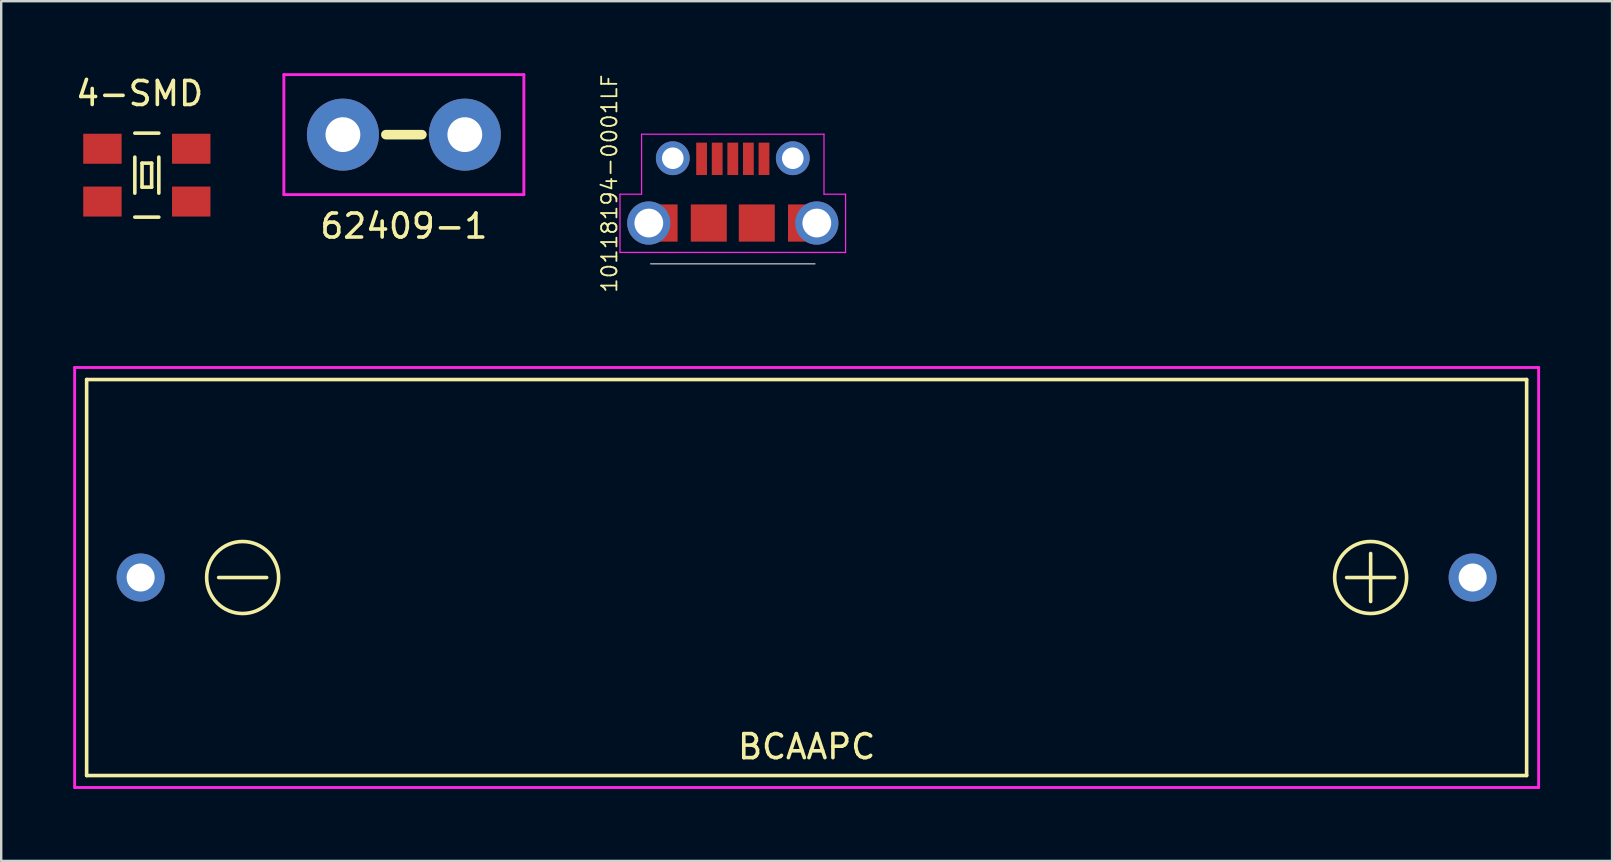
<source format=kicad_pcb>
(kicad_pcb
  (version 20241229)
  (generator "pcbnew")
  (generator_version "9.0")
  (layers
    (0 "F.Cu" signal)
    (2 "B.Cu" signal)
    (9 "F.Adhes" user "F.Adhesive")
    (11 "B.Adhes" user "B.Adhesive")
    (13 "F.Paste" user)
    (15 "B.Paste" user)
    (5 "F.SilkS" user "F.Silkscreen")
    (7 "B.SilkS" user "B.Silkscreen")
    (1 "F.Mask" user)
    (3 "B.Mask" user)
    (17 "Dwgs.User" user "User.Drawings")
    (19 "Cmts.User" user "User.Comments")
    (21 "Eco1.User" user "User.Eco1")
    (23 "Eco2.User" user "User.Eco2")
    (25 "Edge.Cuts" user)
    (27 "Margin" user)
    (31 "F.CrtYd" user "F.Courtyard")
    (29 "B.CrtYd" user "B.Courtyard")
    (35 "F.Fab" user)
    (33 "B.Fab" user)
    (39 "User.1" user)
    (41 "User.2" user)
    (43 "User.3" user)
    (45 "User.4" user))
  (footprint "4-SMD"
    (layer "F.Cu")
    (at 3.068 4.248)
    (property "Reference" "4-SMD" (at -0.3 -3.4 0) (layer "F.SilkS") (effects (font (size 1 1) (thickness 0.15))))
    (attr through_hole)
    (fp_line (start -0.5 -1.75) (end 0.5 -1.75) (stroke (width 0.15) (type solid)) (layer "F.SilkS"))
    (fp_line (start -0.5 -0.75) (end -0.5 0.75) (stroke (width 0.15) (type solid)) (layer "F.SilkS"))
    (fp_line (start -0.5 1.75) (end 0.5 1.75) (stroke (width 0.15) (type solid)) (layer "F.SilkS"))
    (fp_line (start -0.2 -0.5) (end -0.2 0.5) (stroke (width 0.15) (type solid)) (layer "F.SilkS"))
    (fp_line (start -0.2 0.5) (end 0.2 0.5) (stroke (width 0.15) (type solid)) (layer "F.SilkS"))
    (fp_line (start 0.2 -0.5) (end -0.2 -0.5) (stroke (width 0.15) (type solid)) (layer "F.SilkS"))
    (fp_line (start 0.2 0.5) (end 0.2 -0.5) (stroke (width 0.15) (type solid)) (layer "F.SilkS"))
    (fp_line (start 0.5 -0.75) (end 0.5 0.75) (stroke (width 0.15) (type solid)) (layer "F.SilkS"))
    (pad "1" smd rect (at -1.85 1.1) (size 1.6 1.25) (layers "F.Cu" "F.Mask" "F.Paste"))
    (pad "2" smd rect (at 1.85 -1.1) (size 1.6 1.25) (layers "F.Cu" "F.Mask" "F.Paste"))
    (pad "3" smd rect (at 1.85 1.1) (size 1.6 1.25) (layers "F.Cu" "F.Mask" "F.Paste"))
    (pad "4" smd rect (at -1.85 -1.1) (size 1.6 1.25) (layers "F.Cu" "F.Mask" "F.Paste")))
  (footprint "BCAAPC"
    (layer "F.Cu")
    (at 30.56 21.013)
    (property "Reference" "BCAAPC" (at 0 7.05 0) (layer "F.SilkS") (effects (font (size 1 1) (thickness 0.15))))
    (attr through_hole)
    (fp_line (start -30 -8.25) (end -30 8.25) (stroke (width 0.15) (type solid)) (layer "F.SilkS"))
    (fp_line (start -30 8.25) (end 30 8.25) (stroke (width 0.15) (type solid)) (layer "F.SilkS"))
    (fp_line (start -24.5 0) (end -22.5 0) (stroke (width 0.15) (type solid)) (layer "F.SilkS"))
    (fp_line (start 23.5 -1) (end 23.5 1) (stroke (width 0.15) (type solid)) (layer "F.SilkS"))
    (fp_line (start 24.5 0) (end 22.5 0) (stroke (width 0.15) (type solid)) (layer "F.SilkS"))
    (fp_line (start 30 -8.25) (end -30 -8.25) (stroke (width 0.15) (type solid)) (layer "F.SilkS"))
    (fp_line (start 30 8.25) (end 30 -8.25) (stroke (width 0.15) (type solid)) (layer "F.SilkS"))
    (fp_circle (center -23.5 0) (end -23.5 1.5) (stroke (width 0.15) (type solid)) (fill no) (layer "F.SilkS"))
    (fp_circle (center 23.5 0) (end 23.5 1.5) (stroke (width 0.15) (type solid)) (fill no) (layer "F.SilkS"))
    (fp_line (start -30.5 -8.75) (end -30.5 8.75) (stroke (width 0.12) (type solid)) (layer "F.CrtYd"))
    (fp_line (start -30.5 8.75) (end 30.5 8.75) (stroke (width 0.12) (type solid)) (layer "F.CrtYd"))
    (fp_line (start 30.5 -8.75) (end -30.5 -8.75) (stroke (width 0.12) (type solid)) (layer "F.CrtYd"))
    (fp_line (start 30.5 8.75) (end 30.5 -8.75) (stroke (width 0.12) (type solid)) (layer "F.CrtYd"))
    (pad "1" thru_hole circle (at 27.75 0) (size 2 2) (drill 1.17) (layers "*.Cu" "*.Mask"))
    (pad "2" thru_hole circle (at -27.75 0) (size 2 2) (drill 1.17) (layers "*.Cu" "*.Mask")))
  (footprint "10118194-0001LF"
    (layer "F.Cu")
    (at 27.483 6.243)
    (property "Reference" "10118194-0001LF" (at -5.14 -1.642 90) (layer "F.SilkS") (effects (font (size 0.635 0.635) (thickness 0.076))))
    (attr smd)
    (fp_line (start -3.425 1.7) (end 3.425 1.7) (stroke (width 0.05) (type solid)) (layer "Dwgs.User"))
    (fp_line (start -4.7 -1.2) (end -3.8 -1.2) (stroke (width 0.05) (type solid)) (layer "F.CrtYd"))
    (fp_line (start -4.7 1.225) (end -4.7 -1.2) (stroke (width 0.05) (type solid)) (layer "F.CrtYd"))
    (fp_line (start -4.7 1.225) (end 4.7 1.225) (stroke (width 0.05) (type solid)) (layer "F.CrtYd"))
    (fp_line (start -3.8 -3.7) (end 3.8 -3.7) (stroke (width 0.05) (type solid)) (layer "F.CrtYd"))
    (fp_line (start -3.8 -1.2) (end -3.8 -3.7) (stroke (width 0.05) (type solid)) (layer "F.CrtYd"))
    (fp_line (start 3.8 -3.7) (end 3.8 -1.2) (stroke (width 0.05) (type solid)) (layer "F.CrtYd"))
    (fp_line (start 4.7 -1.2) (end 3.8 -1.2) (stroke (width 0.05) (type solid)) (layer "F.CrtYd"))
    (fp_line (start 4.7 -1.2) (end 4.7 1.225) (stroke (width 0.05) (type solid)) (layer "F.CrtYd"))
    (pad "1" smd rect (at -1.3 -2.675 180) (size 0.45 1.35) (layers "F.Cu" "F.Mask" "F.Paste"))
    (pad "2" smd rect (at -0.65 -2.675 180) (size 0.45 1.35) (layers "F.Cu" "F.Mask" "F.Paste"))
    (pad "3" smd rect (at 0 -2.675 180) (size 0.45 1.35) (layers "F.Cu" "F.Mask" "F.Paste"))
    (pad "4" smd rect (at 0.65 -2.675 180) (size 0.45 1.35) (layers "F.Cu" "F.Mask" "F.Paste"))
    (pad "5" smd rect (at 1.3 -2.675 180) (size 0.45 1.35) (layers "F.Cu" "F.Mask" "F.Paste"))
    (pad "6" thru_hole circle (at -3.5 0) (size 1.8 1.8) (drill 1.2) (layers "*.Cu" "*.Mask"))
    (pad "6" smd rect (at -3.05 0) (size 1.5 1.55) (layers "F.Cu" "F.Mask" "F.Paste"))
    (pad "6" thru_hole circle (at -2.5 -2.7) (size 1.408 1.408) (drill 0.9) (layers "*.Cu" "*.Mask"))
    (pad "6" smd rect (at -1 0) (size 1.5 1.55) (layers "F.Cu" "F.Mask" "F.Paste"))
    (pad "6" smd rect (at 1 0) (size 1.5 1.55) (layers "F.Cu" "F.Mask" "F.Paste"))
    (pad "6" thru_hole circle (at 2.5 -2.7) (size 1.408 1.408) (drill 0.9) (layers "*.Cu" "*.Mask"))
    (pad "6" smd rect (at 3.05 0) (size 1.5 1.55) (layers "F.Cu" "F.Mask" "F.Paste"))
    (pad "6" thru_hole circle (at 3.5 0) (size 1.8 1.8) (drill 1.2) (layers "*.Cu" "*.Mask")))
  (footprint "62409-1"
    (layer "F.Cu")
    (at 13.778 2.56)
    (property "Reference" "62409-1" (at 0 3.81 0) (layer "F.SilkS") (effects (font (size 1 1) (thickness 0.15))))
    (attr through_hole)
    (fp_line (start -0.75 0) (end 0.75 0) (stroke (width 0.4) (type solid)) (layer "F.SilkS"))
    (fp_line (start -5 -2.5) (end -5 2.5) (stroke (width 0.12) (type solid)) (layer "F.CrtYd"))
    (fp_line (start -5 2.5) (end 5 2.5) (stroke (width 0.12) (type solid)) (layer "F.CrtYd"))
    (fp_line (start 5 -2.5) (end -5 -2.5) (stroke (width 0.12) (type solid)) (layer "F.CrtYd"))
    (fp_line (start 5 2.5) (end 5 -2.5) (stroke (width 0.12) (type solid)) (layer "F.CrtYd"))
    (pad "1" thru_hole circle (at -2.54 0) (size 3 3) (drill 1.45) (layers "*.Cu" "*.Mask"))
    (pad "1" thru_hole circle (at 2.54 0) (size 3 3) (drill 1.45) (layers "*.Cu" "*.Mask")))
  (gr_rect
    (start -3 -3)
    (end 64.12 32.823)
    (stroke (width 0.1) (type default))
    (fill no)
    (layer "Edge.Cuts")))
</source>
